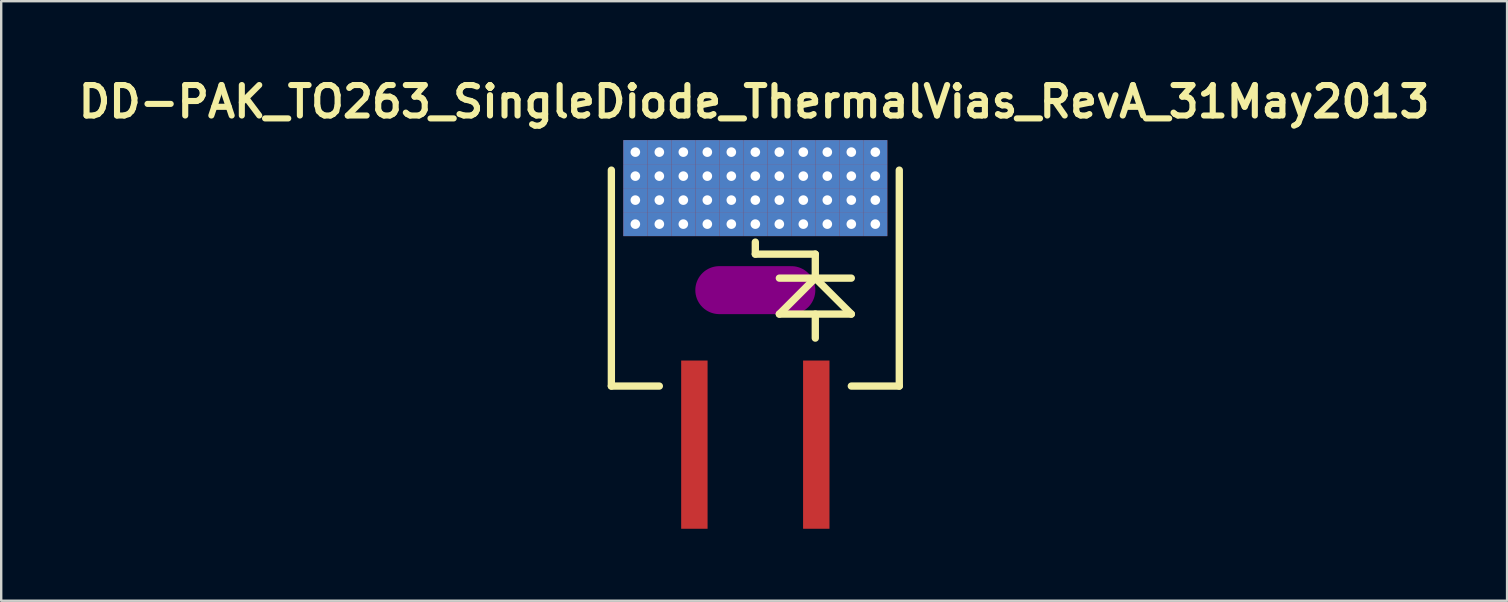
<source format=kicad_pcb>
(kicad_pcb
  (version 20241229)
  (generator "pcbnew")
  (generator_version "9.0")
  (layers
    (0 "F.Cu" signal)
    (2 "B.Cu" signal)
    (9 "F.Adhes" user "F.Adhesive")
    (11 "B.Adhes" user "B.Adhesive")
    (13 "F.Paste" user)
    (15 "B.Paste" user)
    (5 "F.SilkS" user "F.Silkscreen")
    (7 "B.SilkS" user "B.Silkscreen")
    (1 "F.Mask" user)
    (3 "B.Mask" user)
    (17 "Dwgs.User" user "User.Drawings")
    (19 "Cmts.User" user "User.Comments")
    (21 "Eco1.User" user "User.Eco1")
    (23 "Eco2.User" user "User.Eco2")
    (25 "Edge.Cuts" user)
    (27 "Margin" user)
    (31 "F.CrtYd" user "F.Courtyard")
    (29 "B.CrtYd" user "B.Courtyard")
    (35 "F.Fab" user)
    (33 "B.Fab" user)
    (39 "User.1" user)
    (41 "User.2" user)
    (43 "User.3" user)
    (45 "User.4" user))
  (footprint "DD-PAK_TO263_SingleDiode_ThermalVias_RevA_31May2013"
    (layer "F.Cu")
    (at 28.425 11.039)
    (property "Reference" "DD-PAK_TO263_SingleDiode_ThermalVias_RevA_31May2013" (at -0.05 -9.85 0) (layer "F.SilkS") (effects (font (size 1.27 1.27) (thickness 0.254))))
    (attr smd)
    (fp_line (start -5.5 -8.25) (end 5.5 -8.25) (stroke (width 0.45) (type solid)) (layer "F.Mask"))
    (fp_line (start -5.5 -4.25) (end -5.5 -8.25) (stroke (width 0.45) (type solid)) (layer "F.Mask"))
    (fp_line (start -5.25 -7.25) (end 5.25 -7.25) (stroke (width 0.45) (type solid)) (layer "F.Mask"))
    (fp_line (start -5.25 -6.25) (end 5.25 -6.25) (stroke (width 0.45) (type solid)) (layer "F.Mask"))
    (fp_line (start -5.25 -5.25) (end 5.25 -5.25) (stroke (width 0.45) (type solid)) (layer "F.Mask"))
    (fp_line (start -4.5 -8.05) (end -4.5 -4.5) (stroke (width 0.45) (type solid)) (layer "F.Mask"))
    (fp_line (start -3.5 -8.05) (end -3.5 -4.5) (stroke (width 0.45) (type solid)) (layer "F.Mask"))
    (fp_line (start -2.5 -8.05) (end -2.5 -4.5) (stroke (width 0.45) (type solid)) (layer "F.Mask"))
    (fp_line (start -1.5 -8.05) (end -1.5 -4.5) (stroke (width 0.45) (type solid)) (layer "F.Mask"))
    (fp_line (start -0.5 -8.05) (end -0.5 -4.5) (stroke (width 0.45) (type solid)) (layer "F.Mask"))
    (fp_line (start 0.5 -8.05) (end 0.5 -4.5) (stroke (width 0.45) (type solid)) (layer "F.Mask"))
    (fp_line (start 1.5 -8.05) (end 1.5 -4.5) (stroke (width 0.45) (type solid)) (layer "F.Mask"))
    (fp_line (start 2.5 -8.05) (end 2.5 -4.5) (stroke (width 0.45) (type solid)) (layer "F.Mask"))
    (fp_line (start 3.5 -8.05) (end 3.5 -4.5) (stroke (width 0.45) (type solid)) (layer "F.Mask"))
    (fp_line (start 4.5 -8.05) (end 4.5 -4.5) (stroke (width 0.45) (type solid)) (layer "F.Mask"))
    (fp_line (start 5.5 -8.25) (end 5.5 -4.25) (stroke (width 0.45) (type solid)) (layer "F.Mask"))
    (fp_line (start 5.5 -4.25) (end -5.5 -4.25) (stroke (width 0.45) (type solid)) (layer "F.Mask"))
    (fp_circle (center -5 -7.75) (end -4.9 -7.75) (stroke (width 0.215) (type solid)) (fill no) (layer "F.Mask"))
    (fp_circle (center -5 -6.75) (end -4.9 -6.75) (stroke (width 0.215) (type solid)) (fill no) (layer "F.Mask"))
    (fp_circle (center -5 -5.75) (end -4.9 -5.75) (stroke (width 0.215) (type solid)) (fill no) (layer "F.Mask"))
    (fp_circle (center -5 -4.75) (end -4.9 -4.75) (stroke (width 0.215) (type solid)) (fill no) (layer "F.Mask"))
    (fp_circle (center -4 -7.75) (end -3.9 -7.75) (stroke (width 0.215) (type solid)) (fill no) (layer "F.Mask"))
    (fp_circle (center -4 -6.75) (end -3.9 -6.75) (stroke (width 0.215) (type solid)) (fill no) (layer "F.Mask"))
    (fp_circle (center -4 -5.75) (end -3.9 -5.75) (stroke (width 0.215) (type solid)) (fill no) (layer "F.Mask"))
    (fp_circle (center -4 -4.75) (end -3.9 -4.75) (stroke (width 0.215) (type solid)) (fill no) (layer "F.Mask"))
    (fp_circle (center -3 -7.75) (end -2.9 -7.75) (stroke (width 0.215) (type solid)) (fill no) (layer "F.Mask"))
    (fp_circle (center -3 -6.75) (end -2.9 -6.75) (stroke (width 0.215) (type solid)) (fill no) (layer "F.Mask"))
    (fp_circle (center -3 -5.75) (end -2.9 -5.75) (stroke (width 0.215) (type solid)) (fill no) (layer "F.Mask"))
    (fp_circle (center -3 -4.75) (end -2.9 -4.75) (stroke (width 0.215) (type solid)) (fill no) (layer "F.Mask"))
    (fp_circle (center -2 -7.75) (end -1.9 -7.75) (stroke (width 0.215) (type solid)) (fill no) (layer "F.Mask"))
    (fp_circle (center -2 -6.75) (end -1.9 -6.75) (stroke (width 0.215) (type solid)) (fill no) (layer "F.Mask"))
    (fp_circle (center -2 -5.75) (end -1.9 -5.75) (stroke (width 0.215) (type solid)) (fill no) (layer "F.Mask"))
    (fp_circle (center -2 -4.75) (end -1.9 -4.75) (stroke (width 0.215) (type solid)) (fill no) (layer "F.Mask"))
    (fp_circle (center -1 -7.75) (end -0.9 -7.75) (stroke (width 0.215) (type solid)) (fill no) (layer "F.Mask"))
    (fp_circle (center -1 -6.75) (end -0.9 -6.75) (stroke (width 0.215) (type solid)) (fill no) (layer "F.Mask"))
    (fp_circle (center -1 -5.75) (end -0.9 -5.75) (stroke (width 0.215) (type solid)) (fill no) (layer "F.Mask"))
    (fp_circle (center -1 -4.75) (end -0.9 -4.75) (stroke (width 0.215) (type solid)) (fill no) (layer "F.Mask"))
    (fp_circle (center 0 -7.75) (end 0.1 -7.75) (stroke (width 0.215) (type solid)) (fill no) (layer "F.Mask"))
    (fp_circle (center 0 -6.75) (end 0.1 -6.75) (stroke (width 0.215) (type solid)) (fill no) (layer "F.Mask"))
    (fp_circle (center 0 -5.75) (end 0.1 -5.75) (stroke (width 0.215) (type solid)) (fill no) (layer "F.Mask"))
    (fp_circle (center 0 -4.75) (end 0.1 -4.75) (stroke (width 0.215) (type solid)) (fill no) (layer "F.Mask"))
    (fp_circle (center 1 -7.75) (end 1.1 -7.75) (stroke (width 0.215) (type solid)) (fill no) (layer "F.Mask"))
    (fp_circle (center 1 -6.75) (end 1.1 -6.75) (stroke (width 0.215) (type solid)) (fill no) (layer "F.Mask"))
    (fp_circle (center 1 -5.75) (end 1.1 -5.75) (stroke (width 0.215) (type solid)) (fill no) (layer "F.Mask"))
    (fp_circle (center 1 -4.75) (end 1.1 -4.75) (stroke (width 0.215) (type solid)) (fill no) (layer "F.Mask"))
    (fp_circle (center 2 -7.75) (end 2.1 -7.75) (stroke (width 0.215) (type solid)) (fill no) (layer "F.Mask"))
    (fp_circle (center 2 -6.75) (end 2.1 -6.75) (stroke (width 0.215) (type solid)) (fill no) (layer "F.Mask"))
    (fp_circle (center 2 -5.75) (end 2.1 -5.75) (stroke (width 0.215) (type solid)) (fill no) (layer "F.Mask"))
    (fp_circle (center 2 -4.75) (end 2.1 -4.75) (stroke (width 0.215) (type solid)) (fill no) (layer "F.Mask"))
    (fp_circle (center 3 -7.75) (end 3.1 -7.75) (stroke (width 0.215) (type solid)) (fill no) (layer "F.Mask"))
    (fp_circle (center 3 -6.75) (end 3.1 -6.75) (stroke (width 0.215) (type solid)) (fill no) (layer "F.Mask"))
    (fp_circle (center 3 -5.75) (end 3.1 -5.75) (stroke (width 0.215) (type solid)) (fill no) (layer "F.Mask"))
    (fp_circle (center 3 -4.75) (end 3.1 -4.75) (stroke (width 0.215) (type solid)) (fill no) (layer "F.Mask"))
    (fp_circle (center 4 -7.75) (end 4.1 -7.75) (stroke (width 0.215) (type solid)) (fill no) (layer "F.Mask"))
    (fp_circle (center 4 -6.75) (end 4.1 -6.75) (stroke (width 0.215) (type solid)) (fill no) (layer "F.Mask"))
    (fp_circle (center 4 -5.75) (end 4.1 -5.75) (stroke (width 0.215) (type solid)) (fill no) (layer "F.Mask"))
    (fp_circle (center 4 -4.75) (end 4.1 -4.75) (stroke (width 0.215) (type solid)) (fill no) (layer "F.Mask"))
    (fp_circle (center 5 -7.75) (end 5.1 -7.75) (stroke (width 0.215) (type solid)) (fill no) (layer "F.Mask"))
    (fp_circle (center 5 -6.75) (end 5.1 -6.75) (stroke (width 0.215) (type solid)) (fill no) (layer "F.Mask"))
    (fp_circle (center 5 -5.75) (end 5.1 -5.75) (stroke (width 0.215) (type solid)) (fill no) (layer "F.Mask"))
    (fp_circle (center 5 -4.75) (end 5.1 -4.75) (stroke (width 0.215) (type solid)) (fill no) (layer "F.Mask"))
    (fp_line (start -5.999 -7) (end -5.999 1.999) (stroke (width 0.305) (type solid)) (layer "F.SilkS"))
    (fp_line (start -5.999 1.999) (end -4 1.999) (stroke (width 0.305) (type solid)) (layer "F.SilkS"))
    (fp_line (start 0 -3.5) (end 0 -4) (stroke (width 0.305) (type solid)) (layer "F.SilkS"))
    (fp_line (start 1.001 -2.499) (end 4 -2.499) (stroke (width 0.305) (type solid)) (layer "F.SilkS"))
    (fp_line (start 1.001 -1.001) (end 4 -1.001) (stroke (width 0.305) (type solid)) (layer "F.SilkS"))
    (fp_line (start 2.499 -3.5) (end 0 -3.5) (stroke (width 0.305) (type solid)) (layer "F.SilkS"))
    (fp_line (start 2.499 -2.499) (end 1.001 -1.001) (stroke (width 0.305) (type solid)) (layer "F.SilkS"))
    (fp_line (start 2.499 -2.499) (end 2.499 -3.5) (stroke (width 0.305) (type solid)) (layer "F.SilkS"))
    (fp_line (start 2.499 -1.001) (end 2.499 0) (stroke (width 0.305) (type solid)) (layer "F.SilkS"))
    (fp_line (start 4 -1.001) (end 2.499 -2.499) (stroke (width 0.305) (type solid)) (layer "F.SilkS"))
    (fp_line (start 4 1.999) (end 5.999 1.999) (stroke (width 0.305) (type solid)) (layer "F.SilkS"))
    (fp_line (start 5.999 1.999) (end 5.999 -7) (stroke (width 0.305) (type solid)) (layer "F.SilkS"))
    (fp_line (start -5.25 -7.25) (end 5.25 -7.25) (stroke (width 0.45) (type solid)) (layer "F.Paste"))
    (fp_line (start -5.25 -6.25) (end 5.25 -6.25) (stroke (width 0.45) (type solid)) (layer "F.Paste"))
    (fp_line (start -5.25 -5.25) (end 5.25 -5.25) (stroke (width 0.45) (type solid)) (layer "F.Paste"))
    (fp_line (start -4.5 -8.05) (end -4.5 -4.5) (stroke (width 0.45) (type solid)) (layer "F.Paste"))
    (fp_line (start -3.5 -8.05) (end -3.5 -4.5) (stroke (width 0.45) (type solid)) (layer "F.Paste"))
    (fp_line (start -2.5 -8.05) (end -2.5 -4.5) (stroke (width 0.45) (type solid)) (layer "F.Paste"))
    (fp_line (start -1.5 -8.05) (end -1.5 -4.5) (stroke (width 0.45) (type solid)) (layer "F.Paste"))
    (fp_line (start -0.5 -8.05) (end -0.5 -4.5) (stroke (width 0.45) (type solid)) (layer "F.Paste"))
    (fp_line (start 0.5 -8.05) (end 0.5 -4.5) (stroke (width 0.45) (type solid)) (layer "F.Paste"))
    (fp_line (start 1.5 -8.05) (end 1.5 -4.5) (stroke (width 0.45) (type solid)) (layer "F.Paste"))
    (fp_line (start 2.5 -8.05) (end 2.5 -4.5) (stroke (width 0.45) (type solid)) (layer "F.Paste"))
    (fp_line (start 3.5 -8.05) (end 3.5 -4.5) (stroke (width 0.45) (type solid)) (layer "F.Paste"))
    (fp_line (start 4.5 -8.05) (end 4.5 -4.5) (stroke (width 0.45) (type solid)) (layer "F.Paste"))
    (pad "" smd oval (at 0 -1.999) (size 5.001 1.999) (layers "F.Adhes"))
    (pad "1" smd rect (at -2.54 4.44) (size 1.1 7.01) (layers "F.Cu" "F.Mask" "F.Paste"))
    (pad "2" thru_hole rect (at -5 -7.75) (size 1 1) (drill 0.4) (layers "*.Cu" "B.Mask"))
    (pad "2" thru_hole rect (at -5 -6.75) (size 1 1) (drill 0.4) (layers "*.Cu" "B.Mask"))
    (pad "2" thru_hole rect (at -5 -5.75) (size 1 1) (drill 0.4) (layers "*.Cu" "B.Mask"))
    (pad "2" thru_hole rect (at -5 -4.75) (size 1 1) (drill 0.4) (layers "*.Cu" "B.Mask"))
    (pad "2" thru_hole rect (at -4 -7.75) (size 1 1) (drill 0.4) (layers "*.Cu" "B.Mask"))
    (pad "2" thru_hole rect (at -4 -6.75) (size 1 1) (drill 0.4) (layers "*.Cu" "B.Mask"))
    (pad "2" thru_hole rect (at -4 -5.75) (size 1 1) (drill 0.4) (layers "*.Cu" "B.Mask"))
    (pad "2" thru_hole rect (at -4 -4.75) (size 1 1) (drill 0.4) (layers "*.Cu" "B.Mask"))
    (pad "2" thru_hole rect (at -3 -7.75) (size 1 1) (drill 0.4) (layers "*.Cu" "B.Mask"))
    (pad "2" thru_hole rect (at -3 -6.75) (size 1 1) (drill 0.4) (layers "*.Cu" "B.Mask"))
    (pad "2" thru_hole rect (at -3 -5.75) (size 1 1) (drill 0.4) (layers "*.Cu" "B.Mask"))
    (pad "2" thru_hole rect (at -3 -4.75) (size 1 1) (drill 0.4) (layers "*.Cu" "B.Mask"))
    (pad "2" thru_hole rect (at -2 -7.75) (size 1 1) (drill 0.4) (layers "*.Cu" "B.Mask"))
    (pad "2" thru_hole rect (at -2 -6.75) (size 1 1) (drill 0.4) (layers "*.Cu" "B.Mask"))
    (pad "2" thru_hole rect (at -2 -5.75) (size 1 1) (drill 0.4) (layers "*.Cu" "B.Mask"))
    (pad "2" thru_hole rect (at -2 -4.75) (size 1 1) (drill 0.4) (layers "*.Cu" "B.Mask"))
    (pad "2" thru_hole rect (at -1 -7.75) (size 1 1) (drill 0.4) (layers "*.Cu" "B.Mask"))
    (pad "2" thru_hole rect (at -1 -6.75) (size 1 1) (drill 0.4) (layers "*.Cu" "B.Mask"))
    (pad "2" thru_hole rect (at -1 -5.75) (size 1 1) (drill 0.4) (layers "*.Cu" "B.Mask"))
    (pad "2" thru_hole rect (at -1 -4.75) (size 1 1) (drill 0.4) (layers "*.Cu" "B.Mask"))
    (pad "2" thru_hole rect (at 0 -7.75) (size 1 1) (drill 0.4) (layers "*.Cu" "B.Mask"))
    (pad "2" thru_hole rect (at 0 -6.75) (size 1 1) (drill 0.4) (layers "*.Cu" "B.Mask"))
    (pad "2" thru_hole rect (at 0 -5.75) (size 1 1) (drill 0.4) (layers "*.Cu" "B.Mask"))
    (pad "2" thru_hole rect (at 0 -4.75) (size 1 1) (drill 0.4) (layers "*.Cu" "B.Mask"))
    (pad "2" thru_hole rect (at 1 -7.75) (size 1 1) (drill 0.4) (layers "*.Cu" "B.Mask"))
    (pad "2" thru_hole rect (at 1 -6.75) (size 1 1) (drill 0.4) (layers "*.Cu" "B.Mask"))
    (pad "2" thru_hole rect (at 1 -5.75) (size 1 1) (drill 0.4) (layers "*.Cu" "B.Mask"))
    (pad "2" thru_hole rect (at 1 -4.75) (size 1 1) (drill 0.4) (layers "*.Cu" "B.Mask"))
    (pad "2" thru_hole rect (at 2 -7.75) (size 1 1) (drill 0.4) (layers "*.Cu" "B.Mask"))
    (pad "2" thru_hole rect (at 2 -6.75) (size 1 1) (drill 0.4) (layers "*.Cu" "B.Mask"))
    (pad "2" thru_hole rect (at 2 -5.75) (size 1 1) (drill 0.4) (layers "*.Cu" "B.Mask"))
    (pad "2" thru_hole rect (at 2 -4.75) (size 1 1) (drill 0.4) (layers "*.Cu" "B.Mask"))
    (pad "2" thru_hole rect (at 3 -7.75) (size 1 1) (drill 0.4) (layers "*.Cu" "B.Mask"))
    (pad "2" thru_hole rect (at 3 -6.75) (size 1 1) (drill 0.4) (layers "*.Cu" "B.Mask"))
    (pad "2" thru_hole rect (at 3 -5.75) (size 1 1) (drill 0.4) (layers "*.Cu" "B.Mask"))
    (pad "2" thru_hole rect (at 3 -4.75) (size 1 1) (drill 0.4) (layers "*.Cu" "B.Mask"))
    (pad "2" thru_hole rect (at 4 -7.75) (size 1 1) (drill 0.4) (layers "*.Cu" "B.Mask"))
    (pad "2" thru_hole rect (at 4 -6.75) (size 1 1) (drill 0.4) (layers "*.Cu" "B.Mask"))
    (pad "2" thru_hole rect (at 4 -5.75) (size 1 1) (drill 0.4) (layers "*.Cu" "B.Mask"))
    (pad "2" thru_hole rect (at 4 -4.75) (size 1 1) (drill 0.4) (layers "*.Cu" "B.Mask"))
    (pad "2" thru_hole rect (at 5 -7.75) (size 1 1) (drill 0.4) (layers "*.Cu" "B.Mask"))
    (pad "2" thru_hole rect (at 5 -6.75) (size 1 1) (drill 0.4) (layers "*.Cu" "B.Mask"))
    (pad "2" thru_hole rect (at 5 -5.75) (size 1 1) (drill 0.4) (layers "*.Cu" "B.Mask"))
    (pad "2" thru_hole rect (at 5 -4.75) (size 1 1) (drill 0.4) (layers "*.Cu" "B.Mask"))
    (pad "3" smd rect (at 2.54 4.44) (size 1.1 7.01) (layers "F.Cu" "F.Mask" "F.Paste")))
  (gr_rect
    (start -3 -3)
    (end 59.751 21.984)
    (stroke (width 0.1) (type default))
    (fill no)
    (layer "Edge.Cuts")))
</source>
